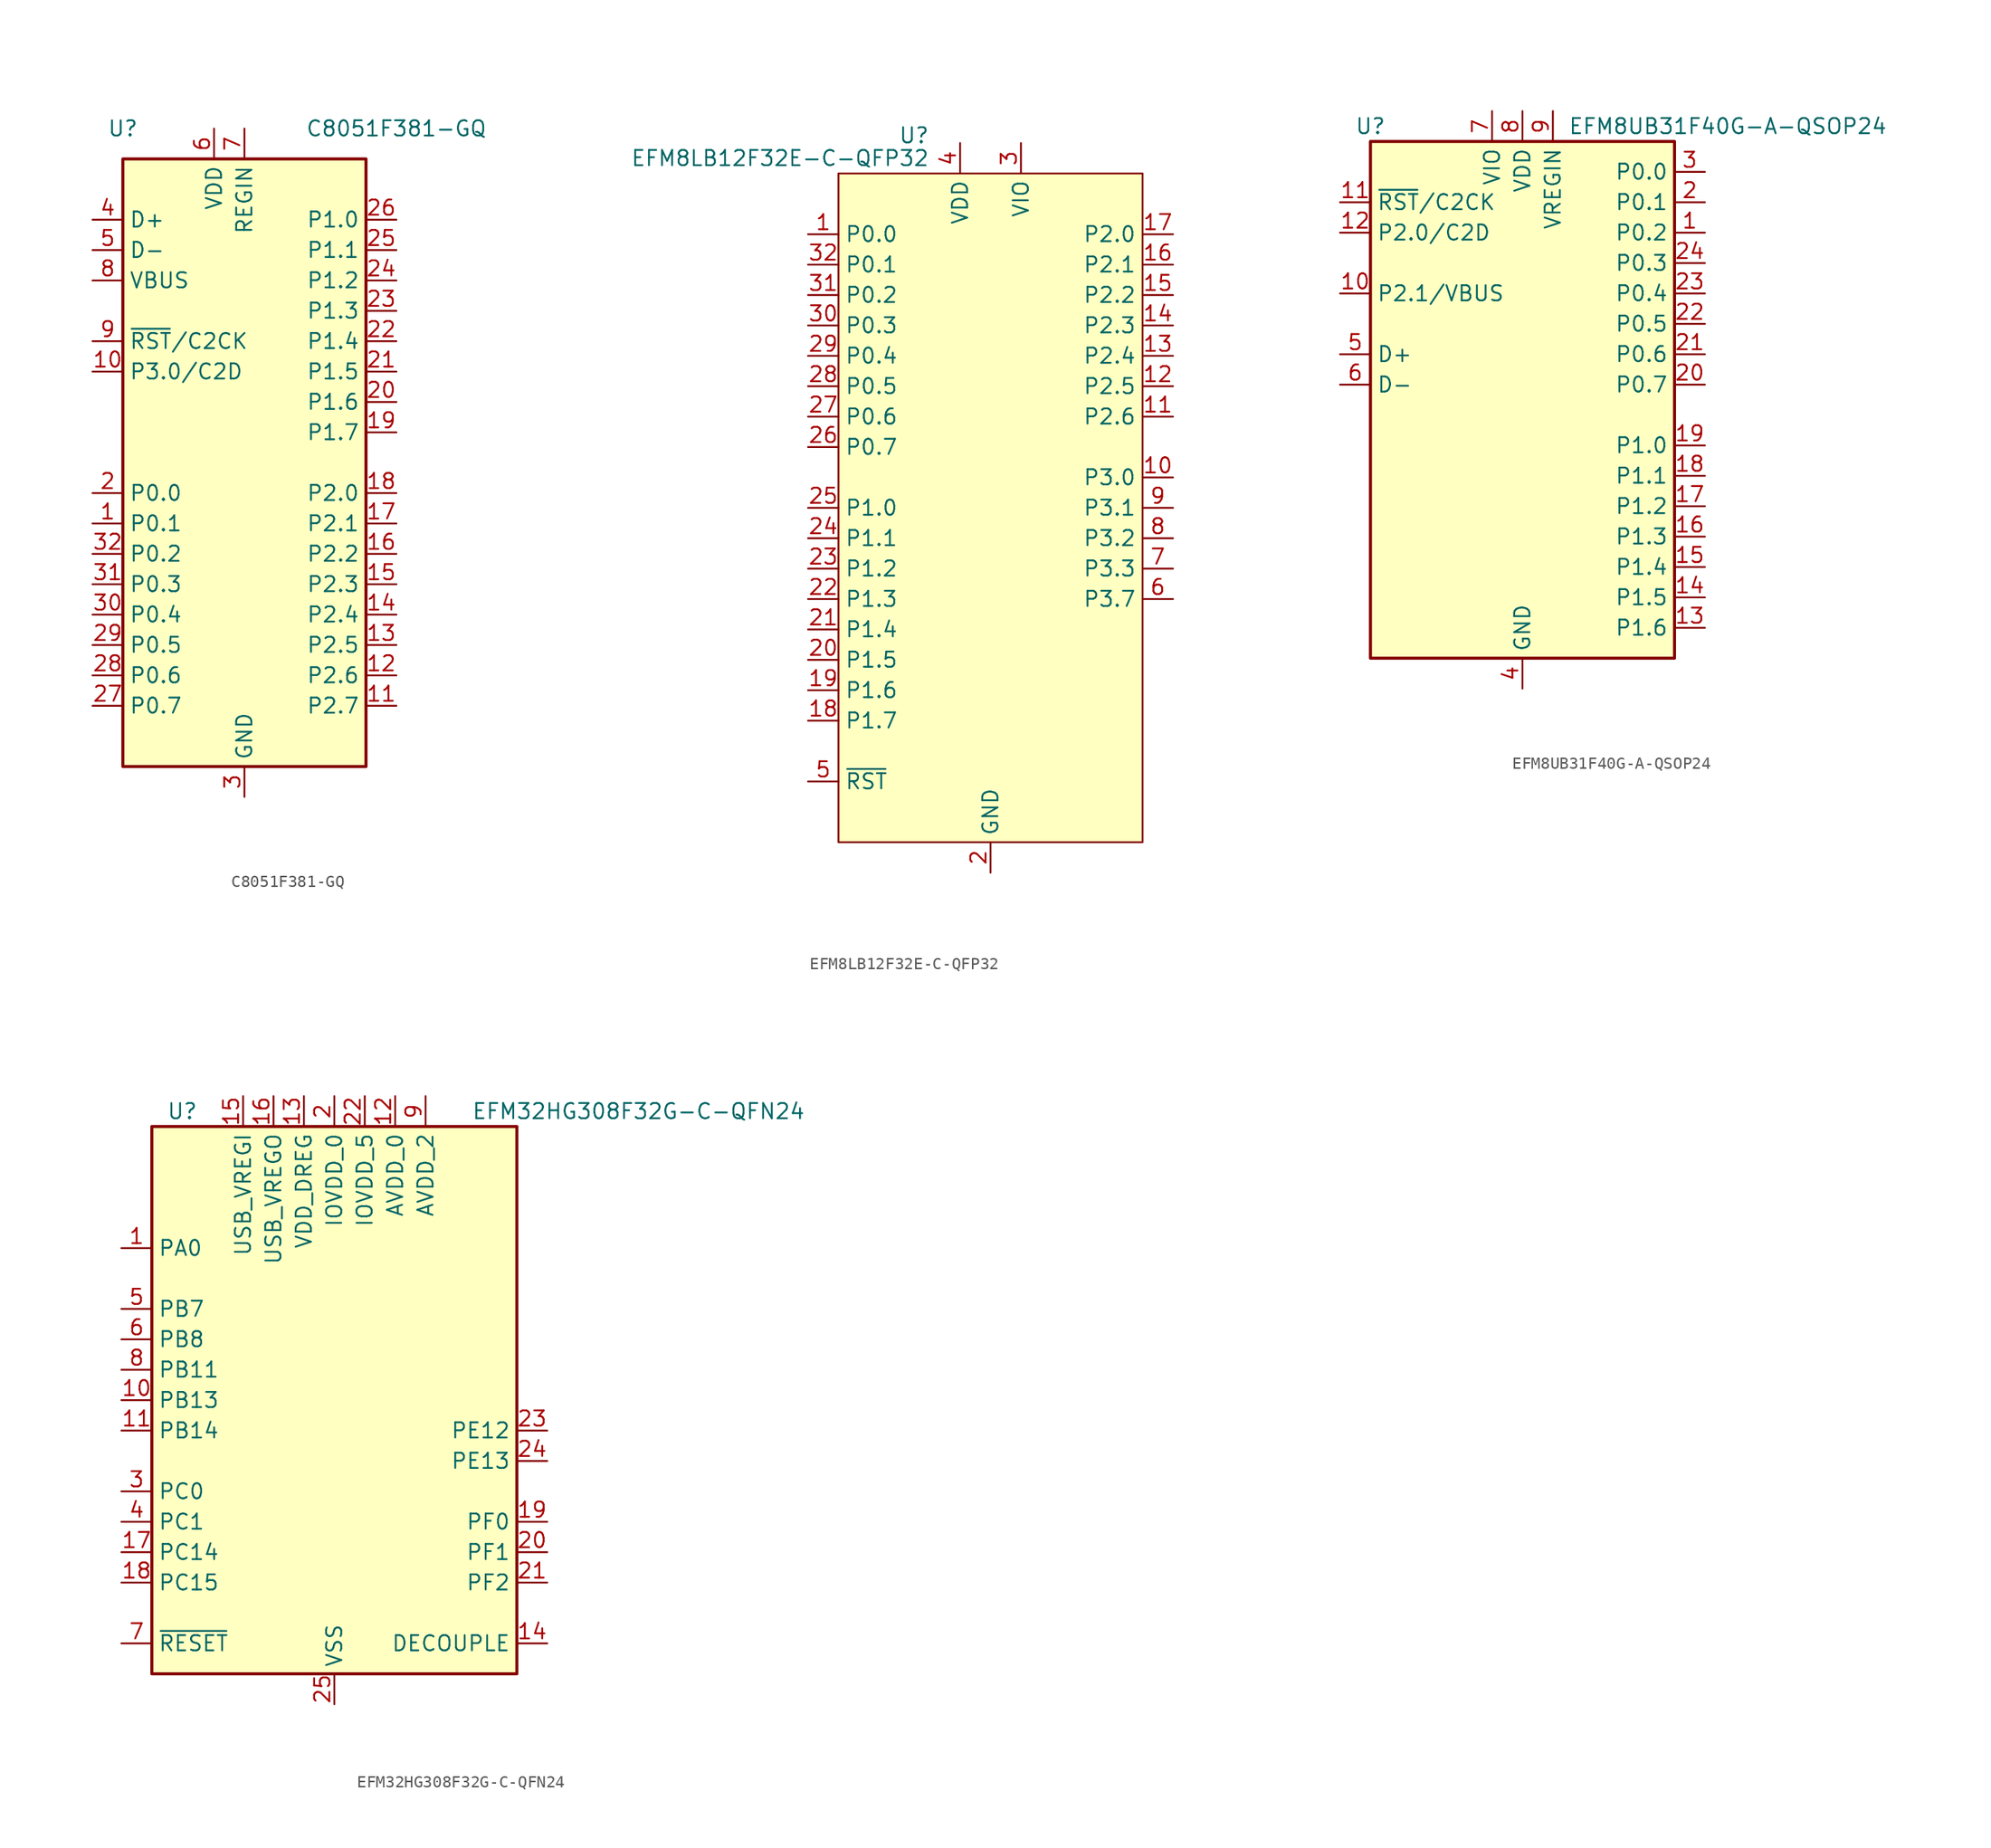
<source format=kicad_sym>
(kicad_symbol_lib
  (version 20211014)
  (generator kicad_symbol_editor)
  (symbol "C8051F381-GQ"
    (property "Reference" "U"
      (at -10.16 27.94 0)
      (effects (font (size 1.27 1.27))))
    (property "Value" "C8051F381-GQ"
      (at 12.7 27.94 0)
      (effects (font (size 1.27 1.27))))
    (symbol "C8051F381-GQ_0_1"
      (rectangle (start -10.16 25.4) (end 10.16 -25.4) (stroke (width 0.254) (type default) (color 0 0 0 0)) (fill (type background))))
    (symbol "C8051F381-GQ_1_1"
      (pin bidirectional line (at -12.7 -5.08 0) (length 2.54) (name "P0.1" (effects (font (size 1.27 1.27)))) (number "1" (effects (font (size 1.27 1.27)))))
      (pin bidirectional line (at -12.7 7.62 0) (length 2.54) (name "P3.0/C2D" (effects (font (size 1.27 1.27)))) (number "10" (effects (font (size 1.27 1.27)))))
      (pin bidirectional line (at 12.7 -20.32 180) (length 2.54) (name "P2.7" (effects (font (size 1.27 1.27)))) (number "11" (effects (font (size 1.27 1.27)))))
      (pin bidirectional line (at 12.7 -17.78 180) (length 2.54) (name "P2.6" (effects (font (size 1.27 1.27)))) (number "12" (effects (font (size 1.27 1.27)))))
      (pin bidirectional line (at 12.7 -15.24 180) (length 2.54) (name "P2.5" (effects (font (size 1.27 1.27)))) (number "13" (effects (font (size 1.27 1.27)))))
      (pin bidirectional line (at 12.7 -12.7 180) (length 2.54) (name "P2.4" (effects (font (size 1.27 1.27)))) (number "14" (effects (font (size 1.27 1.27)))))
      (pin bidirectional line (at 12.7 -10.16 180) (length 2.54) (name "P2.3" (effects (font (size 1.27 1.27)))) (number "15" (effects (font (size 1.27 1.27)))))
      (pin bidirectional line (at 12.7 -7.62 180) (length 2.54) (name "P2.2" (effects (font (size 1.27 1.27)))) (number "16" (effects (font (size 1.27 1.27)))))
      (pin bidirectional line (at 12.7 -5.08 180) (length 2.54) (name "P2.1" (effects (font (size 1.27 1.27)))) (number "17" (effects (font (size 1.27 1.27)))))
      (pin bidirectional line (at 12.7 -2.54 180) (length 2.54) (name "P2.0" (effects (font (size 1.27 1.27)))) (number "18" (effects (font (size 1.27 1.27)))))
      (pin bidirectional line (at 12.7 2.54 180) (length 2.54) (name "P1.7" (effects (font (size 1.27 1.27)))) (number "19" (effects (font (size 1.27 1.27)))))
      (pin bidirectional line (at -12.7 -2.54 0) (length 2.54) (name "P0.0" (effects (font (size 1.27 1.27)))) (number "2" (effects (font (size 1.27 1.27)))))
      (pin bidirectional line (at 12.7 5.08 180) (length 2.54) (name "P1.6" (effects (font (size 1.27 1.27)))) (number "20" (effects (font (size 1.27 1.27)))))
      (pin bidirectional line (at 12.7 7.62 180) (length 2.54) (name "P1.5" (effects (font (size 1.27 1.27)))) (number "21" (effects (font (size 1.27 1.27)))))
      (pin bidirectional line (at 12.7 10.16 180) (length 2.54) (name "P1.4" (effects (font (size 1.27 1.27)))) (number "22" (effects (font (size 1.27 1.27)))))
      (pin bidirectional line (at 12.7 12.7 180) (length 2.54) (name "P1.3" (effects (font (size 1.27 1.27)))) (number "23" (effects (font (size 1.27 1.27)))))
      (pin bidirectional line (at 12.7 15.24 180) (length 2.54) (name "P1.2" (effects (font (size 1.27 1.27)))) (number "24" (effects (font (size 1.27 1.27)))))
      (pin bidirectional line (at 12.7 17.78 180) (length 2.54) (name "P1.1" (effects (font (size 1.27 1.27)))) (number "25" (effects (font (size 1.27 1.27)))))
      (pin bidirectional line (at 12.7 20.32 180) (length 2.54) (name "P1.0" (effects (font (size 1.27 1.27)))) (number "26" (effects (font (size 1.27 1.27)))))
      (pin bidirectional line (at -12.7 -20.32 0) (length 2.54) (name "P0.7" (effects (font (size 1.27 1.27)))) (number "27" (effects (font (size 1.27 1.27)))))
      (pin bidirectional line (at -12.7 -17.78 0) (length 2.54) (name "P0.6" (effects (font (size 1.27 1.27)))) (number "28" (effects (font (size 1.27 1.27)))))
      (pin bidirectional line (at -12.7 -15.24 0) (length 2.54) (name "P0.5" (effects (font (size 1.27 1.27)))) (number "29" (effects (font (size 1.27 1.27)))))
      (pin power_in line (at 0 -27.94 90) (length 2.54) (name "GND" (effects (font (size 1.27 1.27)))) (number "3" (effects (font (size 1.27 1.27)))))
      (pin bidirectional line (at -12.7 -12.7 0) (length 2.54) (name "P0.4" (effects (font (size 1.27 1.27)))) (number "30" (effects (font (size 1.27 1.27)))))
      (pin bidirectional line (at -12.7 -10.16 0) (length 2.54) (name "P0.3" (effects (font (size 1.27 1.27)))) (number "31" (effects (font (size 1.27 1.27)))))
      (pin bidirectional line (at -12.7 -7.62 0) (length 2.54) (name "P0.2" (effects (font (size 1.27 1.27)))) (number "32" (effects (font (size 1.27 1.27)))))
      (pin bidirectional line (at -12.7 20.32 0) (length 2.54) (name "D+" (effects (font (size 1.27 1.27)))) (number "4" (effects (font (size 1.27 1.27)))))
      (pin bidirectional line (at -12.7 17.78 0) (length 2.54) (name "D-" (effects (font (size 1.27 1.27)))) (number "5" (effects (font (size 1.27 1.27)))))
      (pin power_in line (at -2.54 27.94 270) (length 2.54) (name "VDD" (effects (font (size 1.27 1.27)))) (number "6" (effects (font (size 1.27 1.27)))))
      (pin power_in line (at 0 27.94 270) (length 2.54) (name "REGIN" (effects (font (size 1.27 1.27)))) (number "7" (effects (font (size 1.27 1.27)))))
      (pin input line (at -12.7 15.24 0) (length 2.54) (name "VBUS" (effects (font (size 1.27 1.27)))) (number "8" (effects (font (size 1.27 1.27)))))
      (pin input line (at -12.7 10.16 0) (length 2.54) (name "~{RST}/C2CK" (effects (font (size 1.27 1.27)))) (number "9" (effects (font (size 1.27 1.27)))))))
  (symbol "EFM8LB12F32E-C-QFP32"
    (property "Reference" "U"
      (at -5.08 31.115 0)
      (effects (font (size 1.27 1.27)) (justify right)))
    (property "Value" "EFM8LB12F32E-C-QFP32"
      (at -5.08 29.21 0)
      (effects (font (size 1.27 1.27)) (justify right)))
    (symbol "EFM8LB12F32E-C-QFP32_0_0"
      (pin bidirectional line (at -15.24 22.86 0) (length 2.54) (name "P0.0" (effects (font (size 1.27 1.27)))) (number "1" (effects (font (size 1.27 1.27)))))
      (pin bidirectional line (at 15.24 2.54 180) (length 2.54) (name "P3.0" (effects (font (size 1.27 1.27)))) (number "10" (effects (font (size 1.27 1.27)))))
      (pin bidirectional line (at 15.24 7.62 180) (length 2.54) (name "P2.6" (effects (font (size 1.27 1.27)))) (number "11" (effects (font (size 1.27 1.27)))))
      (pin bidirectional line (at 15.24 10.16 180) (length 2.54) (name "P2.5" (effects (font (size 1.27 1.27)))) (number "12" (effects (font (size 1.27 1.27)))))
      (pin bidirectional line (at 15.24 12.7 180) (length 2.54) (name "P2.4" (effects (font (size 1.27 1.27)))) (number "13" (effects (font (size 1.27 1.27)))))
      (pin bidirectional line (at 15.24 15.24 180) (length 2.54) (name "P2.3" (effects (font (size 1.27 1.27)))) (number "14" (effects (font (size 1.27 1.27)))))
      (pin bidirectional line (at 15.24 17.78 180) (length 2.54) (name "P2.2" (effects (font (size 1.27 1.27)))) (number "15" (effects (font (size 1.27 1.27)))))
      (pin bidirectional line (at 15.24 20.32 180) (length 2.54) (name "P2.1" (effects (font (size 1.27 1.27)))) (number "16" (effects (font (size 1.27 1.27)))))
      (pin bidirectional line (at 15.24 22.86 180) (length 2.54) (name "P2.0" (effects (font (size 1.27 1.27)))) (number "17" (effects (font (size 1.27 1.27)))))
      (pin bidirectional line (at -15.24 -17.78 0) (length 2.54) (name "P1.7" (effects (font (size 1.27 1.27)))) (number "18" (effects (font (size 1.27 1.27)))))
      (pin bidirectional line (at -15.24 -15.24 0) (length 2.54) (name "P1.6" (effects (font (size 1.27 1.27)))) (number "19" (effects (font (size 1.27 1.27)))))
      (pin power_in line (at 0 -30.48 90) (length 2.54) (name "GND" (effects (font (size 1.27 1.27)))) (number "2" (effects (font (size 1.27 1.27)))))
      (pin bidirectional line (at -15.24 -12.7 0) (length 2.54) (name "P1.5" (effects (font (size 1.27 1.27)))) (number "20" (effects (font (size 1.27 1.27)))))
      (pin bidirectional line (at -15.24 -10.16 0) (length 2.54) (name "P1.4" (effects (font (size 1.27 1.27)))) (number "21" (effects (font (size 1.27 1.27)))))
      (pin bidirectional line (at -15.24 -7.62 0) (length 2.54) (name "P1.3" (effects (font (size 1.27 1.27)))) (number "22" (effects (font (size 1.27 1.27)))))
      (pin bidirectional line (at -15.24 -5.08 0) (length 2.54) (name "P1.2" (effects (font (size 1.27 1.27)))) (number "23" (effects (font (size 1.27 1.27)))))
      (pin bidirectional line (at -15.24 -2.54 0) (length 2.54) (name "P1.1" (effects (font (size 1.27 1.27)))) (number "24" (effects (font (size 1.27 1.27)))))
      (pin bidirectional line (at -15.24 0 0) (length 2.54) (name "P1.0" (effects (font (size 1.27 1.27)))) (number "25" (effects (font (size 1.27 1.27)))))
      (pin bidirectional line (at -15.24 5.08 0) (length 2.54) (name "P0.7" (effects (font (size 1.27 1.27)))) (number "26" (effects (font (size 1.27 1.27)))))
      (pin bidirectional line (at -15.24 7.62 0) (length 2.54) (name "P0.6" (effects (font (size 1.27 1.27)))) (number "27" (effects (font (size 1.27 1.27)))))
      (pin bidirectional line (at -15.24 10.16 0) (length 2.54) (name "P0.5" (effects (font (size 1.27 1.27)))) (number "28" (effects (font (size 1.27 1.27)))))
      (pin bidirectional line (at -15.24 12.7 0) (length 2.54) (name "P0.4" (effects (font (size 1.27 1.27)))) (number "29" (effects (font (size 1.27 1.27)))))
      (pin power_in line (at 2.54 30.48 270) (length 2.54) (name "VIO" (effects (font (size 1.27 1.27)))) (number "3" (effects (font (size 1.27 1.27)))))
      (pin bidirectional line (at -15.24 15.24 0) (length 2.54) (name "P0.3" (effects (font (size 1.27 1.27)))) (number "30" (effects (font (size 1.27 1.27)))))
      (pin bidirectional line (at -15.24 17.78 0) (length 2.54) (name "P0.2" (effects (font (size 1.27 1.27)))) (number "31" (effects (font (size 1.27 1.27)))))
      (pin bidirectional line (at -15.24 20.32 0) (length 2.54) (name "P0.1" (effects (font (size 1.27 1.27)))) (number "32" (effects (font (size 1.27 1.27)))))
      (pin power_in line (at -2.54 30.48 270) (length 2.54) (name "VDD" (effects (font (size 1.27 1.27)))) (number "4" (effects (font (size 1.27 1.27)))))
      (pin input line (at -15.24 -22.86 0) (length 2.54) (name "~{RST}" (effects (font (size 1.27 1.27)))) (number "5" (effects (font (size 1.27 1.27)))) (alternate "C2CK" input line))
      (pin bidirectional line (at 15.24 -7.62 180) (length 2.54) (name "P3.7" (effects (font (size 1.27 1.27)))) (number "6" (effects (font (size 1.27 1.27)))) (alternate "C2D" bidirectional line))
      (pin bidirectional line (at 15.24 -5.08 180) (length 2.54) (name "P3.3" (effects (font (size 1.27 1.27)))) (number "7" (effects (font (size 1.27 1.27)))))
      (pin bidirectional line (at 15.24 -2.54 180) (length 2.54) (name "P3.2" (effects (font (size 1.27 1.27)))) (number "8" (effects (font (size 1.27 1.27)))))
      (pin bidirectional line (at 15.24 0 180) (length 2.54) (name "P3.1" (effects (font (size 1.27 1.27)))) (number "9" (effects (font (size 1.27 1.27))))))
    (symbol "EFM8LB12F32E-C-QFP32_0_1"
      (rectangle (start -12.7 27.94) (end 12.7 -27.94) (stroke (width 0.152) (type default) (color 0 0 0 0)) (fill (type background)))))
  (symbol "EFM8UB31F40G-A-QSOP24"
    (property "Reference" "U"
      (at -12.7 24.13 0)
      (effects (font (size 1.27 1.27))))
    (property "Value" "EFM8UB31F40G-A-QSOP24"
      (at 3.81 24.13 0)
      (effects (font (size 1.27 1.27)) (justify left)))
    (symbol "EFM8UB31F40G-A-QSOP24_1_1"
      (rectangle (start -12.7 22.86) (end 12.7 -20.32) (stroke (width 0.254) (type default) (color 0 0 0 0)) (fill (type background)))
      (pin bidirectional line (at 15.24 15.24 180) (length 2.54) (name "P0.2" (effects (font (size 1.27 1.27)))) (number "1" (effects (font (size 1.27 1.27)))))
      (pin bidirectional line (at -15.24 10.16 0) (length 2.54) (name "P2.1/VBUS" (effects (font (size 1.27 1.27)))) (number "10" (effects (font (size 1.27 1.27)))))
      (pin bidirectional line (at -15.24 17.78 0) (length 2.54) (name "~{RST}/C2CK" (effects (font (size 1.27 1.27)))) (number "11" (effects (font (size 1.27 1.27)))))
      (pin bidirectional line (at -15.24 15.24 0) (length 2.54) (name "P2.0/C2D" (effects (font (size 1.27 1.27)))) (number "12" (effects (font (size 1.27 1.27)))))
      (pin bidirectional line (at 15.24 -17.78 180) (length 2.54) (name "P1.6" (effects (font (size 1.27 1.27)))) (number "13" (effects (font (size 1.27 1.27)))))
      (pin bidirectional line (at 15.24 -15.24 180) (length 2.54) (name "P1.5" (effects (font (size 1.27 1.27)))) (number "14" (effects (font (size 1.27 1.27)))))
      (pin bidirectional line (at 15.24 -12.7 180) (length 2.54) (name "P1.4" (effects (font (size 1.27 1.27)))) (number "15" (effects (font (size 1.27 1.27)))))
      (pin bidirectional line (at 15.24 -10.16 180) (length 2.54) (name "P1.3" (effects (font (size 1.27 1.27)))) (number "16" (effects (font (size 1.27 1.27)))))
      (pin bidirectional line (at 15.24 -7.62 180) (length 2.54) (name "P1.2" (effects (font (size 1.27 1.27)))) (number "17" (effects (font (size 1.27 1.27)))))
      (pin bidirectional line (at 15.24 -5.08 180) (length 2.54) (name "P1.1" (effects (font (size 1.27 1.27)))) (number "18" (effects (font (size 1.27 1.27)))))
      (pin bidirectional line (at 15.24 -2.54 180) (length 2.54) (name "P1.0" (effects (font (size 1.27 1.27)))) (number "19" (effects (font (size 1.27 1.27)))))
      (pin bidirectional line (at 15.24 17.78 180) (length 2.54) (name "P0.1" (effects (font (size 1.27 1.27)))) (number "2" (effects (font (size 1.27 1.27)))))
      (pin bidirectional line (at 15.24 2.54 180) (length 2.54) (name "P0.7" (effects (font (size 1.27 1.27)))) (number "20" (effects (font (size 1.27 1.27)))))
      (pin bidirectional line (at 15.24 5.08 180) (length 2.54) (name "P0.6" (effects (font (size 1.27 1.27)))) (number "21" (effects (font (size 1.27 1.27)))))
      (pin bidirectional line (at 15.24 7.62 180) (length 2.54) (name "P0.5" (effects (font (size 1.27 1.27)))) (number "22" (effects (font (size 1.27 1.27)))))
      (pin bidirectional line (at 15.24 10.16 180) (length 2.54) (name "P0.4" (effects (font (size 1.27 1.27)))) (number "23" (effects (font (size 1.27 1.27)))))
      (pin bidirectional line (at 15.24 12.7 180) (length 2.54) (name "P0.3" (effects (font (size 1.27 1.27)))) (number "24" (effects (font (size 1.27 1.27)))))
      (pin bidirectional line (at 15.24 20.32 180) (length 2.54) (name "P0.0" (effects (font (size 1.27 1.27)))) (number "3" (effects (font (size 1.27 1.27)))))
      (pin power_in line (at 0 -22.86 90) (length 2.54) (name "GND" (effects (font (size 1.27 1.27)))) (number "4" (effects (font (size 1.27 1.27)))))
      (pin bidirectional line (at -15.24 5.08 0) (length 2.54) (name "D+" (effects (font (size 1.27 1.27)))) (number "5" (effects (font (size 1.27 1.27)))))
      (pin bidirectional line (at -15.24 2.54 0) (length 2.54) (name "D-" (effects (font (size 1.27 1.27)))) (number "6" (effects (font (size 1.27 1.27)))))
      (pin power_in line (at -2.54 25.4 270) (length 2.54) (name "VIO" (effects (font (size 1.27 1.27)))) (number "7" (effects (font (size 1.27 1.27)))))
      (pin power_in line (at 0 25.4 270) (length 2.54) (name "VDD" (effects (font (size 1.27 1.27)))) (number "8" (effects (font (size 1.27 1.27)))))
      (pin power_in line (at 2.54 25.4 270) (length 2.54) (name "VREGIN" (effects (font (size 1.27 1.27)))) (number "9" (effects (font (size 1.27 1.27)))))))
  (symbol "EFM32HG308F32G-C-QFN24"
    (property "Reference" "U"
      (at -12.7 24.13 0)
      (effects (font (size 1.27 1.27))))
    (property "Value" "EFM32HG308F32G-C-QFN24"
      (at 25.4 24.13 0)
      (effects (font (size 1.27 1.27))))
    (symbol "EFM32HG308F32G-C-QFN24_0_1"
      (rectangle (start -15.24 22.86) (end 15.24 -22.86) (stroke (width 0.254) (type default) (color 0 0 0 0)) (fill (type background))))
    (symbol "EFM32HG308F32G-C-QFN24_1_1"
      (pin bidirectional line (at -17.78 12.7 0) (length 2.54) (name "PA0" (effects (font (size 1.27 1.27)))) (number "1" (effects (font (size 1.27 1.27)))))
      (pin bidirectional line (at -17.78 0 0) (length 2.54) (name "PB13" (effects (font (size 1.27 1.27)))) (number "10" (effects (font (size 1.27 1.27)))))
      (pin bidirectional line (at -17.78 -2.54 0) (length 2.54) (name "PB14" (effects (font (size 1.27 1.27)))) (number "11" (effects (font (size 1.27 1.27)))))
      (pin power_in line (at 5.08 25.4 270) (length 2.54) (name "AVDD_0" (effects (font (size 1.27 1.27)))) (number "12" (effects (font (size 1.27 1.27)))))
      (pin power_in line (at -2.54 25.4 270) (length 2.54) (name "VDD_DREG" (effects (font (size 1.27 1.27)))) (number "13" (effects (font (size 1.27 1.27)))))
      (pin passive line (at 17.78 -20.32 180) (length 2.54) (name "DECOUPLE" (effects (font (size 1.27 1.27)))) (number "14" (effects (font (size 1.27 1.27)))))
      (pin power_in line (at -7.62 25.4 270) (length 2.54) (name "USB_VREGI" (effects (font (size 1.27 1.27)))) (number "15" (effects (font (size 1.27 1.27)))))
      (pin power_out line (at -5.08 25.4 270) (length 2.54) (name "USB_VREGO" (effects (font (size 1.27 1.27)))) (number "16" (effects (font (size 1.27 1.27)))))
      (pin bidirectional line (at -17.78 -12.7 0) (length 2.54) (name "PC14" (effects (font (size 1.27 1.27)))) (number "17" (effects (font (size 1.27 1.27)))))
      (pin bidirectional line (at -17.78 -15.24 0) (length 2.54) (name "PC15" (effects (font (size 1.27 1.27)))) (number "18" (effects (font (size 1.27 1.27)))))
      (pin bidirectional line (at 17.78 -10.16 180) (length 2.54) (name "PF0" (effects (font (size 1.27 1.27)))) (number "19" (effects (font (size 1.27 1.27)))))
      (pin power_in line (at 0 25.4 270) (length 2.54) (name "IOVDD_0" (effects (font (size 1.27 1.27)))) (number "2" (effects (font (size 1.27 1.27)))))
      (pin bidirectional line (at 17.78 -12.7 180) (length 2.54) (name "PF1" (effects (font (size 1.27 1.27)))) (number "20" (effects (font (size 1.27 1.27)))))
      (pin bidirectional line (at 17.78 -15.24 180) (length 2.54) (name "PF2" (effects (font (size 1.27 1.27)))) (number "21" (effects (font (size 1.27 1.27)))))
      (pin power_in line (at 2.54 25.4 270) (length 2.54) (name "IOVDD_5" (effects (font (size 1.27 1.27)))) (number "22" (effects (font (size 1.27 1.27)))))
      (pin bidirectional line (at 17.78 -2.54 180) (length 2.54) (name "PE12" (effects (font (size 1.27 1.27)))) (number "23" (effects (font (size 1.27 1.27)))))
      (pin bidirectional line (at 17.78 -5.08 180) (length 2.54) (name "PE13" (effects (font (size 1.27 1.27)))) (number "24" (effects (font (size 1.27 1.27)))))
      (pin power_in line (at 0 -25.4 90) (length 2.54) (name "VSS" (effects (font (size 1.27 1.27)))) (number "25" (effects (font (size 1.27 1.27)))))
      (pin bidirectional line (at -17.78 -7.62 0) (length 2.54) (name "PC0" (effects (font (size 1.27 1.27)))) (number "3" (effects (font (size 1.27 1.27)))))
      (pin bidirectional line (at -17.78 -10.16 0) (length 2.54) (name "PC1" (effects (font (size 1.27 1.27)))) (number "4" (effects (font (size 1.27 1.27)))))
      (pin bidirectional line (at -17.78 7.62 0) (length 2.54) (name "PB7" (effects (font (size 1.27 1.27)))) (number "5" (effects (font (size 1.27 1.27)))))
      (pin bidirectional line (at -17.78 5.08 0) (length 2.54) (name "PB8" (effects (font (size 1.27 1.27)))) (number "6" (effects (font (size 1.27 1.27)))))
      (pin input line (at -17.78 -20.32 0) (length 2.54) (name "~{RESET}" (effects (font (size 1.27 1.27)))) (number "7" (effects (font (size 1.27 1.27)))))
      (pin bidirectional line (at -17.78 2.54 0) (length 2.54) (name "PB11" (effects (font (size 1.27 1.27)))) (number "8" (effects (font (size 1.27 1.27)))))
      (pin power_in line (at 7.62 25.4 270) (length 2.54) (name "AVDD_2" (effects (font (size 1.27 1.27)))) (number "9" (effects (font (size 1.27 1.27))))))))
</source>
